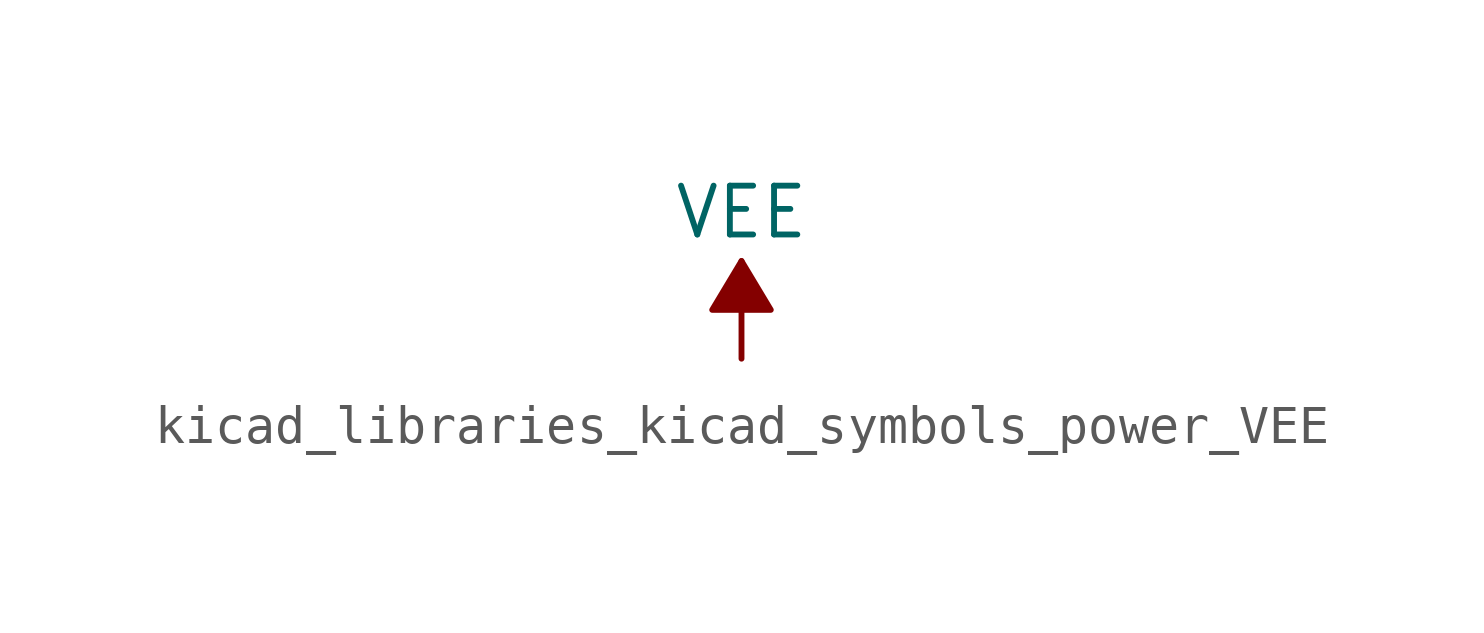
<source format=kicad_sym>
(kicad_symbol_lib
  (version 20220914)
  (generator kicad_symbol_editor)
  (symbol "kicad_libraries_kicad_symbols_power_VEE"
    (power)
    (pin_names
      (offset 0))
    (property "Reference" "#PWR"
      (at 0 -3.81 0)
      (effects (font (size 1.27 1.27)) hide))
    (property "Value" "VEE"
      (at 0 3.81 0)
      (effects (font (size 1.27 1.27))))
    (symbol "kicad_libraries_kicad_symbols_power_VEE_0_1"
      (polyline (pts (xy 0 0) (xy 0 2.54)) (stroke (width 0) (type default)) (fill (type none)))
      (polyline (pts (xy 0.762 1.27) (xy -0.762 1.27) (xy 0 2.54) (xy 0.762 1.27)) (stroke (width 0) (type default)) (fill (type outline))))
    (symbol "kicad_libraries_kicad_symbols_power_VEE_1_1"
      (pin power_in line (at 0 0 90) (length 0) hide (name "VEE" (effects (font (size 1.27 1.27)))) (number "1" (effects (font (size 1.27 1.27))))))))
</source>
